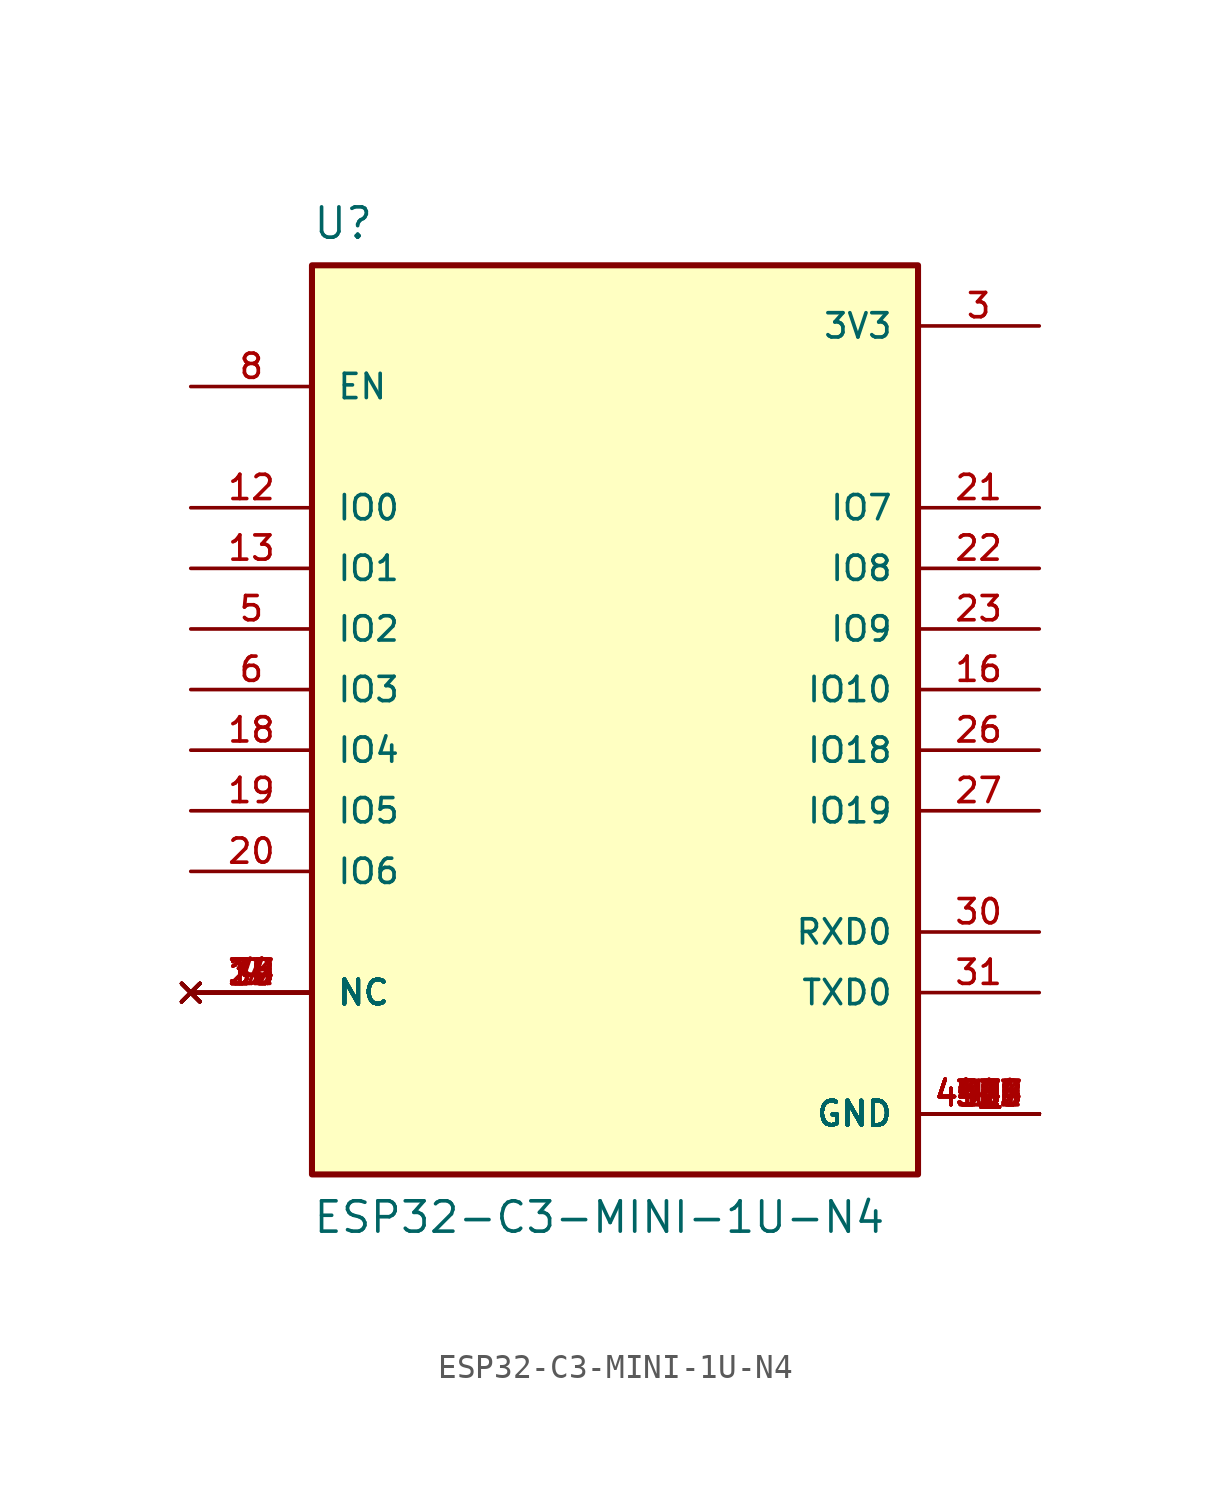
<source format=kicad_sym>
(kicad_symbol_lib
  (version 20211014)
  (generator kicad_symbol_editor)
  (symbol "ESP32-C3-MINI-1U-N4"
    (pin_names
      (offset 1.016))
    (property "Reference" "U"
      (at -12.7 18.796 0)
      (effects (font (size 1.27 1.27)) (justify bottom left)))
    (property "Value" "ESP32-C3-MINI-1U-N4"
      (at -12.7 -22.86 0)
      (effects (font (size 1.27 1.27)) (justify bottom left)))
    (symbol "ESP32-C3-MINI-1U-N4_0_0"
      (rectangle (start -12.7 -20.32) (end 12.7 17.78) (stroke (width 0.254)) (fill (type background)))
      (pin power_in line (at 17.78 -17.78 180.0) (length 5.08) (name "GND" (effects (font (size 1.016 1.016)))) (number "1" (effects (font (size 1.016 1.016)))))
      (pin power_in line (at 17.78 -17.78 180.0) (length 5.08) (name "GND" (effects (font (size 1.016 1.016)))) (number "2" (effects (font (size 1.016 1.016)))))
      (pin power_in line (at 17.78 -17.78 180.0) (length 5.08) (name "GND" (effects (font (size 1.016 1.016)))) (number "11" (effects (font (size 1.016 1.016)))))
      (pin power_in line (at 17.78 -17.78 180.0) (length 5.08) (name "GND" (effects (font (size 1.016 1.016)))) (number "14" (effects (font (size 1.016 1.016)))))
      (pin power_in line (at 17.78 -17.78 180.0) (length 5.08) (name "GND" (effects (font (size 1.016 1.016)))) (number "36" (effects (font (size 1.016 1.016)))))
      (pin power_in line (at 17.78 -17.78 180.0) (length 5.08) (name "GND" (effects (font (size 1.016 1.016)))) (number "37" (effects (font (size 1.016 1.016)))))
      (pin power_in line (at 17.78 -17.78 180.0) (length 5.08) (name "GND" (effects (font (size 1.016 1.016)))) (number "38" (effects (font (size 1.016 1.016)))))
      (pin power_in line (at 17.78 -17.78 180.0) (length 5.08) (name "GND" (effects (font (size 1.016 1.016)))) (number "39" (effects (font (size 1.016 1.016)))))
      (pin power_in line (at 17.78 -17.78 180.0) (length 5.08) (name "GND" (effects (font (size 1.016 1.016)))) (number "40" (effects (font (size 1.016 1.016)))))
      (pin power_in line (at 17.78 -17.78 180.0) (length 5.08) (name "GND" (effects (font (size 1.016 1.016)))) (number "41" (effects (font (size 1.016 1.016)))))
      (pin power_in line (at 17.78 -17.78 180.0) (length 5.08) (name "GND" (effects (font (size 1.016 1.016)))) (number "42" (effects (font (size 1.016 1.016)))))
      (pin power_in line (at 17.78 -17.78 180.0) (length 5.08) (name "GND" (effects (font (size 1.016 1.016)))) (number "43" (effects (font (size 1.016 1.016)))))
      (pin power_in line (at 17.78 -17.78 180.0) (length 5.08) (name "GND" (effects (font (size 1.016 1.016)))) (number "44" (effects (font (size 1.016 1.016)))))
      (pin power_in line (at 17.78 -17.78 180.0) (length 5.08) (name "GND" (effects (font (size 1.016 1.016)))) (number "45" (effects (font (size 1.016 1.016)))))
      (pin power_in line (at 17.78 -17.78 180.0) (length 5.08) (name "GND" (effects (font (size 1.016 1.016)))) (number "46" (effects (font (size 1.016 1.016)))))
      (pin power_in line (at 17.78 -17.78 180.0) (length 5.08) (name "GND" (effects (font (size 1.016 1.016)))) (number "47" (effects (font (size 1.016 1.016)))))
      (pin power_in line (at 17.78 -17.78 180.0) (length 5.08) (name "GND" (effects (font (size 1.016 1.016)))) (number "48" (effects (font (size 1.016 1.016)))))
      (pin power_in line (at 17.78 -17.78 180.0) (length 5.08) (name "GND" (effects (font (size 1.016 1.016)))) (number "49_1" (effects (font (size 1.016 1.016)))))
      (pin power_in line (at 17.78 -17.78 180.0) (length 5.08) (name "GND" (effects (font (size 1.016 1.016)))) (number "49_2" (effects (font (size 1.016 1.016)))))
      (pin power_in line (at 17.78 -17.78 180.0) (length 5.08) (name "GND" (effects (font (size 1.016 1.016)))) (number "49_3" (effects (font (size 1.016 1.016)))))
      (pin power_in line (at 17.78 -17.78 180.0) (length 5.08) (name "GND" (effects (font (size 1.016 1.016)))) (number "49_4" (effects (font (size 1.016 1.016)))))
      (pin power_in line (at 17.78 -17.78 180.0) (length 5.08) (name "GND" (effects (font (size 1.016 1.016)))) (number "49_5" (effects (font (size 1.016 1.016)))))
      (pin power_in line (at 17.78 -17.78 180.0) (length 5.08) (name "GND" (effects (font (size 1.016 1.016)))) (number "49_6" (effects (font (size 1.016 1.016)))))
      (pin power_in line (at 17.78 -17.78 180.0) (length 5.08) (name "GND" (effects (font (size 1.016 1.016)))) (number "49_7" (effects (font (size 1.016 1.016)))))
      (pin power_in line (at 17.78 -17.78 180.0) (length 5.08) (name "GND" (effects (font (size 1.016 1.016)))) (number "49_8" (effects (font (size 1.016 1.016)))))
      (pin power_in line (at 17.78 -17.78 180.0) (length 5.08) (name "GND" (effects (font (size 1.016 1.016)))) (number "49_9" (effects (font (size 1.016 1.016)))))
      (pin power_in line (at 17.78 -17.78 180.0) (length 5.08) (name "GND" (effects (font (size 1.016 1.016)))) (number "50" (effects (font (size 1.016 1.016)))))
      (pin power_in line (at 17.78 -17.78 180.0) (length 5.08) (name "GND" (effects (font (size 1.016 1.016)))) (number "51" (effects (font (size 1.016 1.016)))))
      (pin power_in line (at 17.78 -17.78 180.0) (length 5.08) (name "GND" (effects (font (size 1.016 1.016)))) (number "52" (effects (font (size 1.016 1.016)))))
      (pin power_in line (at 17.78 -17.78 180.0) (length 5.08) (name "GND" (effects (font (size 1.016 1.016)))) (number "53" (effects (font (size 1.016 1.016)))))
      (pin power_in line (at 17.78 15.24 180.0) (length 5.08) (name "3V3" (effects (font (size 1.016 1.016)))) (number "3" (effects (font (size 1.016 1.016)))))
      (pin no_connect line (at -17.78 -12.7 0) (length 5.08) (name "NC" (effects (font (size 1.016 1.016)))) (number "4" (effects (font (size 1.016 1.016)))))
      (pin no_connect line (at -17.78 -12.7 0) (length 5.08) (name "NC" (effects (font (size 1.016 1.016)))) (number "7" (effects (font (size 1.016 1.016)))))
      (pin no_connect line (at -17.78 -12.7 0) (length 5.08) (name "NC" (effects (font (size 1.016 1.016)))) (number "9" (effects (font (size 1.016 1.016)))))
      (pin no_connect line (at -17.78 -12.7 0) (length 5.08) (name "NC" (effects (font (size 1.016 1.016)))) (number "10" (effects (font (size 1.016 1.016)))))
      (pin no_connect line (at -17.78 -12.7 0) (length 5.08) (name "NC" (effects (font (size 1.016 1.016)))) (number "15" (effects (font (size 1.016 1.016)))))
      (pin no_connect line (at -17.78 -12.7 0) (length 5.08) (name "NC" (effects (font (size 1.016 1.016)))) (number "17" (effects (font (size 1.016 1.016)))))
      (pin no_connect line (at -17.78 -12.7 0) (length 5.08) (name "NC" (effects (font (size 1.016 1.016)))) (number "24" (effects (font (size 1.016 1.016)))))
      (pin no_connect line (at -17.78 -12.7 0) (length 5.08) (name "NC" (effects (font (size 1.016 1.016)))) (number "25" (effects (font (size 1.016 1.016)))))
      (pin no_connect line (at -17.78 -12.7 0) (length 5.08) (name "NC" (effects (font (size 1.016 1.016)))) (number "28" (effects (font (size 1.016 1.016)))))
      (pin no_connect line (at -17.78 -12.7 0) (length 5.08) (name "NC" (effects (font (size 1.016 1.016)))) (number "29" (effects (font (size 1.016 1.016)))))
      (pin no_connect line (at -17.78 -12.7 0) (length 5.08) (name "NC" (effects (font (size 1.016 1.016)))) (number "32" (effects (font (size 1.016 1.016)))))
      (pin no_connect line (at -17.78 -12.7 0) (length 5.08) (name "NC" (effects (font (size 1.016 1.016)))) (number "33" (effects (font (size 1.016 1.016)))))
      (pin no_connect line (at -17.78 -12.7 0) (length 5.08) (name "NC" (effects (font (size 1.016 1.016)))) (number "34" (effects (font (size 1.016 1.016)))))
      (pin no_connect line (at -17.78 -12.7 0) (length 5.08) (name "NC" (effects (font (size 1.016 1.016)))) (number "35" (effects (font (size 1.016 1.016)))))
      (pin bidirectional line (at -17.78 2.54 0) (length 5.08) (name "IO2" (effects (font (size 1.016 1.016)))) (number "5" (effects (font (size 1.016 1.016)))))
      (pin bidirectional line (at -17.78 0.0 0) (length 5.08) (name "IO3" (effects (font (size 1.016 1.016)))) (number "6" (effects (font (size 1.016 1.016)))))
      (pin input line (at -17.78 12.7 0) (length 5.08) (name "EN" (effects (font (size 1.016 1.016)))) (number "8" (effects (font (size 1.016 1.016)))))
      (pin bidirectional line (at -17.78 7.62 0) (length 5.08) (name "IO0" (effects (font (size 1.016 1.016)))) (number "12" (effects (font (size 1.016 1.016)))))
      (pin bidirectional line (at -17.78 5.08 0) (length 5.08) (name "IO1" (effects (font (size 1.016 1.016)))) (number "13" (effects (font (size 1.016 1.016)))))
      (pin bidirectional line (at 17.78 0.0 180.0) (length 5.08) (name "IO10" (effects (font (size 1.016 1.016)))) (number "16" (effects (font (size 1.016 1.016)))))
      (pin bidirectional line (at -17.78 -2.54 0) (length 5.08) (name "IO4" (effects (font (size 1.016 1.016)))) (number "18" (effects (font (size 1.016 1.016)))))
      (pin bidirectional line (at -17.78 -5.08 0) (length 5.08) (name "IO5" (effects (font (size 1.016 1.016)))) (number "19" (effects (font (size 1.016 1.016)))))
      (pin bidirectional line (at -17.78 -7.62 0) (length 5.08) (name "IO6" (effects (font (size 1.016 1.016)))) (number "20" (effects (font (size 1.016 1.016)))))
      (pin bidirectional line (at 17.78 7.62 180.0) (length 5.08) (name "IO7" (effects (font (size 1.016 1.016)))) (number "21" (effects (font (size 1.016 1.016)))))
      (pin bidirectional line (at 17.78 5.08 180.0) (length 5.08) (name "IO8" (effects (font (size 1.016 1.016)))) (number "22" (effects (font (size 1.016 1.016)))))
      (pin bidirectional line (at 17.78 2.54 180.0) (length 5.08) (name "IO9" (effects (font (size 1.016 1.016)))) (number "23" (effects (font (size 1.016 1.016)))))
      (pin bidirectional line (at 17.78 -2.54 180.0) (length 5.08) (name "IO18" (effects (font (size 1.016 1.016)))) (number "26" (effects (font (size 1.016 1.016)))))
      (pin bidirectional line (at 17.78 -5.08 180.0) (length 5.08) (name "IO19" (effects (font (size 1.016 1.016)))) (number "27" (effects (font (size 1.016 1.016)))))
      (pin bidirectional line (at 17.78 -10.16 180.0) (length 5.08) (name "RXD0" (effects (font (size 1.016 1.016)))) (number "30" (effects (font (size 1.016 1.016)))))
      (pin bidirectional line (at 17.78 -12.7 180.0) (length 5.08) (name "TXD0" (effects (font (size 1.016 1.016)))) (number "31" (effects (font (size 1.016 1.016))))))))
</source>
